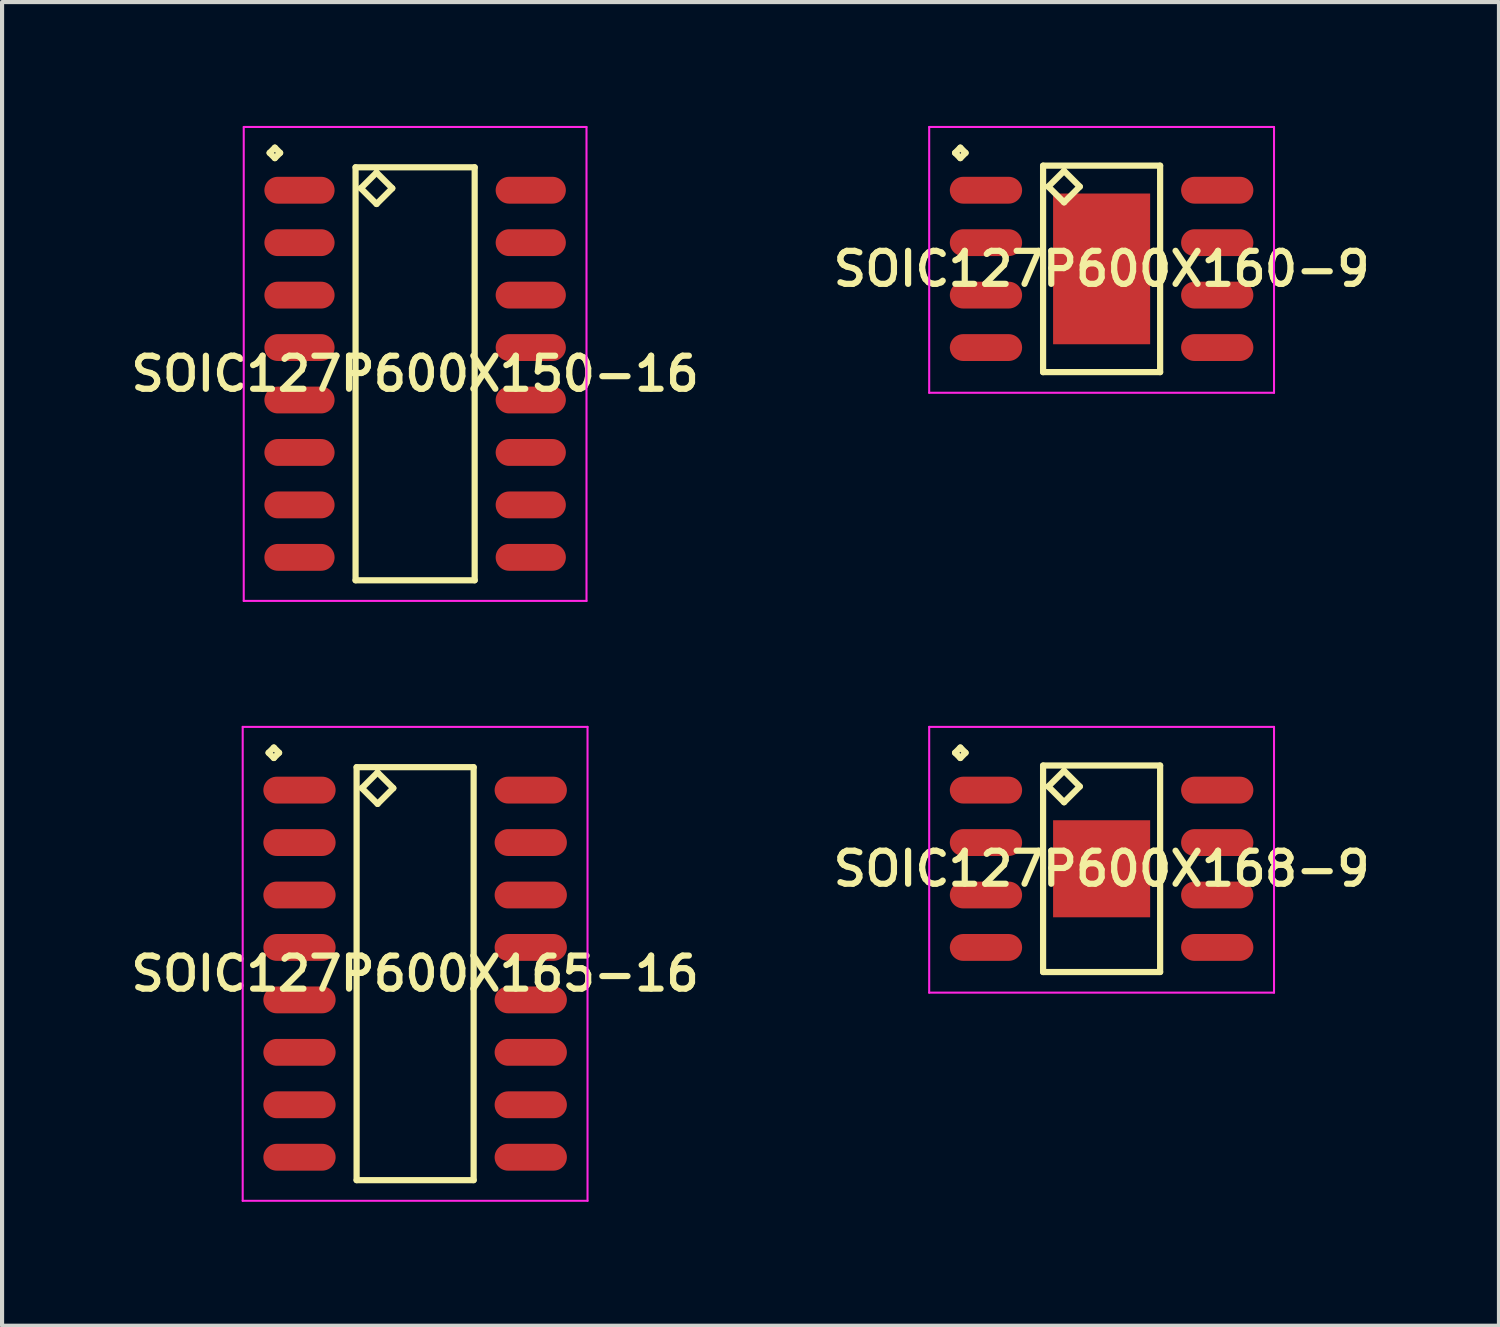
<source format=kicad_pcb>
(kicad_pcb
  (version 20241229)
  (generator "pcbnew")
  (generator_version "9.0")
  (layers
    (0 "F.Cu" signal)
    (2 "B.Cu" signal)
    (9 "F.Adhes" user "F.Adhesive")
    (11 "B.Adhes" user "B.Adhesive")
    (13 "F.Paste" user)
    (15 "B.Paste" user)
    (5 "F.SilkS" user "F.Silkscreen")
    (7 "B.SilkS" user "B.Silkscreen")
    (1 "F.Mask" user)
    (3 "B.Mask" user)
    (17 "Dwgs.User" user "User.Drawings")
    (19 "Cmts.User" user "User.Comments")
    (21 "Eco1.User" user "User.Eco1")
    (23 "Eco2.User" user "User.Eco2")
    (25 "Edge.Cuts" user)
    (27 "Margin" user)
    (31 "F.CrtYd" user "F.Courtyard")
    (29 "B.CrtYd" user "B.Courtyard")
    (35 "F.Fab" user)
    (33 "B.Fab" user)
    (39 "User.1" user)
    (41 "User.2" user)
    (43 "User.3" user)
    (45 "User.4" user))
  (footprint "SOIC127P600X168-9"
    (layer "F.Cu")
    (at 23.625 17.987)
    (property "Reference" "SOIC127P600X168-9" (at 0 0 0) (layer "F.SilkS") (effects (font (size 0.8 0.8) (thickness 0.15))))
    (attr smd)
    (fp_line (start -3.548 -2.809) (end -3.421 -2.936) (stroke (width 0.15) (type solid)) (layer "F.SilkS"))
    (fp_line (start -3.421 -2.936) (end -3.294 -2.809) (stroke (width 0.15) (type solid)) (layer "F.SilkS"))
    (fp_line (start -3.421 -2.682) (end -3.548 -2.809) (stroke (width 0.15) (type solid)) (layer "F.SilkS"))
    (fp_line (start -3.294 -2.809) (end -3.421 -2.682) (stroke (width 0.15) (type solid)) (layer "F.SilkS"))
    (fp_line (start -1.417 -2.5) (end -1.417 2.5) (stroke (width 0.15) (type solid)) (layer "F.SilkS"))
    (fp_line (start -1.417 2.5) (end 1.417 2.5) (stroke (width 0.15) (type solid)) (layer "F.SilkS"))
    (fp_line (start -1.29 -1.992) (end -0.909 -2.373) (stroke (width 0.15) (type solid)) (layer "F.SilkS"))
    (fp_line (start -0.909 -2.373) (end -0.528 -1.992) (stroke (width 0.15) (type solid)) (layer "F.SilkS"))
    (fp_line (start -0.909 -1.611) (end -1.29 -1.992) (stroke (width 0.15) (type solid)) (layer "F.SilkS"))
    (fp_line (start -0.528 -1.992) (end -0.909 -1.611) (stroke (width 0.15) (type solid)) (layer "F.SilkS"))
    (fp_line (start 1.417 -2.5) (end -1.417 -2.5) (stroke (width 0.15) (type solid)) (layer "F.SilkS"))
    (fp_line (start 1.417 2.5) (end 1.417 -2.5) (stroke (width 0.15) (type solid)) (layer "F.SilkS"))
    (fp_line (start -4.175 -3.436) (end 4.175 -3.436) (stroke (width 0.05) (type solid)) (layer "F.CrtYd"))
    (fp_line (start -4.175 3) (end -4.175 -3.436) (stroke (width 0.05) (type solid)) (layer "F.CrtYd"))
    (fp_line (start 4.175 -3.436) (end 4.175 3) (stroke (width 0.05) (type solid)) (layer "F.CrtYd"))
    (fp_line (start 4.175 3) (end -4.175 3) (stroke (width 0.05) (type solid)) (layer "F.CrtYd"))
    (pad "1" smd oval (at -2.8 -1.905) (size 1.75 0.65) (layers "F.Cu" "F.Mask" "F.Paste"))
    (pad "2" smd oval (at -2.8 -0.635) (size 1.75 0.65) (layers "F.Cu" "F.Mask" "F.Paste"))
    (pad "3" smd oval (at -2.8 0.635) (size 1.75 0.65) (layers "F.Cu" "F.Mask" "F.Paste"))
    (pad "4" smd oval (at -2.8 1.905) (size 1.75 0.65) (layers "F.Cu" "F.Mask" "F.Paste"))
    (pad "5" smd oval (at 2.8 1.905) (size 1.75 0.65) (layers "F.Cu" "F.Mask" "F.Paste"))
    (pad "6" smd oval (at 2.8 0.635) (size 1.75 0.65) (layers "F.Cu" "F.Mask" "F.Paste"))
    (pad "7" smd oval (at 2.8 -0.635) (size 1.75 0.65) (layers "F.Cu" "F.Mask" "F.Paste"))
    (pad "8" smd oval (at 2.8 -1.905) (size 1.75 0.65) (layers "F.Cu" "F.Mask" "F.Paste"))
    (pad "9" smd rect (at 0 0) (size 2.35 2.35) (layers "F.Cu" "F.Mask" "F.Paste")))
  (footprint "SOIC127P600X150-16"
    (layer "F.Cu")
    (at 7.002 6.001)
    (property "Reference" "SOIC127P600X150-16" (at 0 0 0) (layer "F.SilkS") (effects (font (size 0.8 0.8) (thickness 0.15))))
    (attr smd)
    (fp_line (start -3.523 -5.349) (end -3.396 -5.476) (stroke (width 0.15) (type solid)) (layer "F.SilkS"))
    (fp_line (start -3.396 -5.476) (end -3.269 -5.349) (stroke (width 0.15) (type solid)) (layer "F.SilkS"))
    (fp_line (start -3.396 -5.222) (end -3.523 -5.349) (stroke (width 0.15) (type solid)) (layer "F.SilkS"))
    (fp_line (start -3.269 -5.349) (end -3.396 -5.222) (stroke (width 0.15) (type solid)) (layer "F.SilkS"))
    (fp_line (start -1.442 -5) (end -1.442 5) (stroke (width 0.15) (type solid)) (layer "F.SilkS"))
    (fp_line (start -1.442 5) (end 1.442 5) (stroke (width 0.15) (type solid)) (layer "F.SilkS"))
    (fp_line (start -1.315 -4.492) (end -0.934 -4.873) (stroke (width 0.15) (type solid)) (layer "F.SilkS"))
    (fp_line (start -0.934 -4.873) (end -0.553 -4.492) (stroke (width 0.15) (type solid)) (layer "F.SilkS"))
    (fp_line (start -0.934 -4.111) (end -1.315 -4.492) (stroke (width 0.15) (type solid)) (layer "F.SilkS"))
    (fp_line (start -0.553 -4.492) (end -0.934 -4.111) (stroke (width 0.15) (type solid)) (layer "F.SilkS"))
    (fp_line (start 1.442 -5) (end -1.442 -5) (stroke (width 0.15) (type solid)) (layer "F.SilkS"))
    (fp_line (start 1.442 5) (end 1.442 -5) (stroke (width 0.15) (type solid)) (layer "F.SilkS"))
    (fp_line (start -4.15 -5.976) (end 4.15 -5.976) (stroke (width 0.05) (type solid)) (layer "F.CrtYd"))
    (fp_line (start -4.15 5.5) (end -4.15 -5.976) (stroke (width 0.05) (type solid)) (layer "F.CrtYd"))
    (fp_line (start 4.15 -5.976) (end 4.15 5.5) (stroke (width 0.05) (type solid)) (layer "F.CrtYd"))
    (fp_line (start 4.15 5.5) (end -4.15 5.5) (stroke (width 0.05) (type solid)) (layer "F.CrtYd"))
    (pad "1" smd oval (at -2.8 -4.445) (size 1.7 0.65) (layers "F.Cu" "F.Mask" "F.Paste"))
    (pad "2" smd oval (at -2.8 -3.175) (size 1.7 0.65) (layers "F.Cu" "F.Mask" "F.Paste"))
    (pad "3" smd oval (at -2.8 -1.905) (size 1.7 0.65) (layers "F.Cu" "F.Mask" "F.Paste"))
    (pad "4" smd oval (at -2.8 -0.635) (size 1.7 0.65) (layers "F.Cu" "F.Mask" "F.Paste"))
    (pad "5" smd oval (at -2.8 0.635) (size 1.7 0.65) (layers "F.Cu" "F.Mask" "F.Paste"))
    (pad "6" smd oval (at -2.8 1.905) (size 1.7 0.65) (layers "F.Cu" "F.Mask" "F.Paste"))
    (pad "7" smd oval (at -2.8 3.175) (size 1.7 0.65) (layers "F.Cu" "F.Mask" "F.Paste"))
    (pad "8" smd oval (at -2.8 4.445) (size 1.7 0.65) (layers "F.Cu" "F.Mask" "F.Paste"))
    (pad "9" smd oval (at 2.8 4.445) (size 1.7 0.65) (layers "F.Cu" "F.Mask" "F.Paste"))
    (pad "10" smd oval (at 2.8 3.175) (size 1.7 0.65) (layers "F.Cu" "F.Mask" "F.Paste"))
    (pad "11" smd oval (at 2.8 1.905) (size 1.7 0.65) (layers "F.Cu" "F.Mask" "F.Paste"))
    (pad "12" smd oval (at 2.8 0.635) (size 1.7 0.65) (layers "F.Cu" "F.Mask" "F.Paste"))
    (pad "13" smd oval (at 2.8 -0.635) (size 1.7 0.65) (layers "F.Cu" "F.Mask" "F.Paste"))
    (pad "14" smd oval (at 2.8 -1.905) (size 1.7 0.65) (layers "F.Cu" "F.Mask" "F.Paste"))
    (pad "15" smd oval (at 2.8 -3.175) (size 1.7 0.65) (layers "F.Cu" "F.Mask" "F.Paste"))
    (pad "16" smd oval (at 2.8 -4.445) (size 1.7 0.65) (layers "F.Cu" "F.Mask" "F.Paste")))
  (footprint "SOIC127P600X165-16"
    (layer "F.Cu")
    (at 7.002 20.527)
    (property "Reference" "SOIC127P600X165-16" (at 0 0 0) (layer "F.SilkS") (effects (font (size 0.8 0.8) (thickness 0.15))))
    (attr smd)
    (fp_line (start -3.548 -5.349) (end -3.421 -5.476) (stroke (width 0.15) (type solid)) (layer "F.SilkS"))
    (fp_line (start -3.421 -5.476) (end -3.294 -5.349) (stroke (width 0.15) (type solid)) (layer "F.SilkS"))
    (fp_line (start -3.421 -5.222) (end -3.548 -5.349) (stroke (width 0.15) (type solid)) (layer "F.SilkS"))
    (fp_line (start -3.294 -5.349) (end -3.421 -5.222) (stroke (width 0.15) (type solid)) (layer "F.SilkS"))
    (fp_line (start -1.417 -5) (end -1.417 5) (stroke (width 0.15) (type solid)) (layer "F.SilkS"))
    (fp_line (start -1.417 5) (end 1.417 5) (stroke (width 0.15) (type solid)) (layer "F.SilkS"))
    (fp_line (start -1.29 -4.492) (end -0.909 -4.873) (stroke (width 0.15) (type solid)) (layer "F.SilkS"))
    (fp_line (start -0.909 -4.873) (end -0.528 -4.492) (stroke (width 0.15) (type solid)) (layer "F.SilkS"))
    (fp_line (start -0.909 -4.111) (end -1.29 -4.492) (stroke (width 0.15) (type solid)) (layer "F.SilkS"))
    (fp_line (start -0.528 -4.492) (end -0.909 -4.111) (stroke (width 0.15) (type solid)) (layer "F.SilkS"))
    (fp_line (start 1.417 -5) (end -1.417 -5) (stroke (width 0.15) (type solid)) (layer "F.SilkS"))
    (fp_line (start 1.417 5) (end 1.417 -5) (stroke (width 0.15) (type solid)) (layer "F.SilkS"))
    (fp_line (start -4.175 -5.976) (end 4.175 -5.976) (stroke (width 0.05) (type solid)) (layer "F.CrtYd"))
    (fp_line (start -4.175 5.5) (end -4.175 -5.976) (stroke (width 0.05) (type solid)) (layer "F.CrtYd"))
    (fp_line (start 4.175 -5.976) (end 4.175 5.5) (stroke (width 0.05) (type solid)) (layer "F.CrtYd"))
    (fp_line (start 4.175 5.5) (end -4.175 5.5) (stroke (width 0.05) (type solid)) (layer "F.CrtYd"))
    (pad "1" smd oval (at -2.8 -4.445) (size 1.75 0.65) (layers "F.Cu" "F.Mask" "F.Paste"))
    (pad "2" smd oval (at -2.8 -3.175) (size 1.75 0.65) (layers "F.Cu" "F.Mask" "F.Paste"))
    (pad "3" smd oval (at -2.8 -1.905) (size 1.75 0.65) (layers "F.Cu" "F.Mask" "F.Paste"))
    (pad "4" smd oval (at -2.8 -0.635) (size 1.75 0.65) (layers "F.Cu" "F.Mask" "F.Paste"))
    (pad "5" smd oval (at -2.8 0.635) (size 1.75 0.65) (layers "F.Cu" "F.Mask" "F.Paste"))
    (pad "6" smd oval (at -2.8 1.905) (size 1.75 0.65) (layers "F.Cu" "F.Mask" "F.Paste"))
    (pad "7" smd oval (at -2.8 3.175) (size 1.75 0.65) (layers "F.Cu" "F.Mask" "F.Paste"))
    (pad "8" smd oval (at -2.8 4.445) (size 1.75 0.65) (layers "F.Cu" "F.Mask" "F.Paste"))
    (pad "9" smd oval (at 2.8 4.445) (size 1.75 0.65) (layers "F.Cu" "F.Mask" "F.Paste"))
    (pad "10" smd oval (at 2.8 3.175) (size 1.75 0.65) (layers "F.Cu" "F.Mask" "F.Paste"))
    (pad "11" smd oval (at 2.8 1.905) (size 1.75 0.65) (layers "F.Cu" "F.Mask" "F.Paste"))
    (pad "12" smd oval (at 2.8 0.635) (size 1.75 0.65) (layers "F.Cu" "F.Mask" "F.Paste"))
    (pad "13" smd oval (at 2.8 -0.635) (size 1.75 0.65) (layers "F.Cu" "F.Mask" "F.Paste"))
    (pad "14" smd oval (at 2.8 -1.905) (size 1.75 0.65) (layers "F.Cu" "F.Mask" "F.Paste"))
    (pad "15" smd oval (at 2.8 -3.175) (size 1.75 0.65) (layers "F.Cu" "F.Mask" "F.Paste"))
    (pad "16" smd oval (at 2.8 -4.445) (size 1.75 0.65) (layers "F.Cu" "F.Mask" "F.Paste")))
  (footprint "SOIC127P600X160-9"
    (layer "F.Cu")
    (at 23.625 3.461)
    (property "Reference" "SOIC127P600X160-9" (at 0 0 0) (layer "F.SilkS") (effects (font (size 0.8 0.8) (thickness 0.15))))
    (attr smd)
    (fp_line (start -3.548 -2.809) (end -3.421 -2.936) (stroke (width 0.15) (type solid)) (layer "F.SilkS"))
    (fp_line (start -3.421 -2.936) (end -3.294 -2.809) (stroke (width 0.15) (type solid)) (layer "F.SilkS"))
    (fp_line (start -3.421 -2.682) (end -3.548 -2.809) (stroke (width 0.15) (type solid)) (layer "F.SilkS"))
    (fp_line (start -3.294 -2.809) (end -3.421 -2.682) (stroke (width 0.15) (type solid)) (layer "F.SilkS"))
    (fp_line (start -1.417 -2.5) (end -1.417 2.5) (stroke (width 0.15) (type solid)) (layer "F.SilkS"))
    (fp_line (start -1.417 2.5) (end 1.417 2.5) (stroke (width 0.15) (type solid)) (layer "F.SilkS"))
    (fp_line (start -1.29 -1.992) (end -0.909 -2.373) (stroke (width 0.15) (type solid)) (layer "F.SilkS"))
    (fp_line (start -0.909 -2.373) (end -0.528 -1.992) (stroke (width 0.15) (type solid)) (layer "F.SilkS"))
    (fp_line (start -0.909 -1.611) (end -1.29 -1.992) (stroke (width 0.15) (type solid)) (layer "F.SilkS"))
    (fp_line (start -0.528 -1.992) (end -0.909 -1.611) (stroke (width 0.15) (type solid)) (layer "F.SilkS"))
    (fp_line (start 1.417 -2.5) (end -1.417 -2.5) (stroke (width 0.15) (type solid)) (layer "F.SilkS"))
    (fp_line (start 1.417 2.5) (end 1.417 -2.5) (stroke (width 0.15) (type solid)) (layer "F.SilkS"))
    (fp_line (start -4.175 -3.436) (end 4.175 -3.436) (stroke (width 0.05) (type solid)) (layer "F.CrtYd"))
    (fp_line (start -4.175 3) (end -4.175 -3.436) (stroke (width 0.05) (type solid)) (layer "F.CrtYd"))
    (fp_line (start 4.175 -3.436) (end 4.175 3) (stroke (width 0.05) (type solid)) (layer "F.CrtYd"))
    (fp_line (start 4.175 3) (end -4.175 3) (stroke (width 0.05) (type solid)) (layer "F.CrtYd"))
    (pad "1" smd oval (at -2.8 -1.905) (size 1.75 0.65) (layers "F.Cu" "F.Mask" "F.Paste"))
    (pad "2" smd oval (at -2.8 -0.635) (size 1.75 0.65) (layers "F.Cu" "F.Mask" "F.Paste"))
    (pad "3" smd oval (at -2.8 0.635) (size 1.75 0.65) (layers "F.Cu" "F.Mask" "F.Paste"))
    (pad "4" smd oval (at -2.8 1.905) (size 1.75 0.65) (layers "F.Cu" "F.Mask" "F.Paste"))
    (pad "5" smd oval (at 2.8 1.905) (size 1.75 0.65) (layers "F.Cu" "F.Mask" "F.Paste"))
    (pad "6" smd oval (at 2.8 0.635) (size 1.75 0.65) (layers "F.Cu" "F.Mask" "F.Paste"))
    (pad "7" smd oval (at 2.8 -0.635) (size 1.75 0.65) (layers "F.Cu" "F.Mask" "F.Paste"))
    (pad "8" smd oval (at 2.8 -1.905) (size 1.75 0.65) (layers "F.Cu" "F.Mask" "F.Paste"))
    (pad "9" smd rect (at 0 0) (size 2.35 3.65) (layers "F.Cu" "F.Mask" "F.Paste")))
  (gr_rect
    (start -3 -3)
    (end 33.247 29.052)
    (stroke (width 0.1) (type default))
    (fill no)
    (layer "Edge.Cuts")))
</source>
